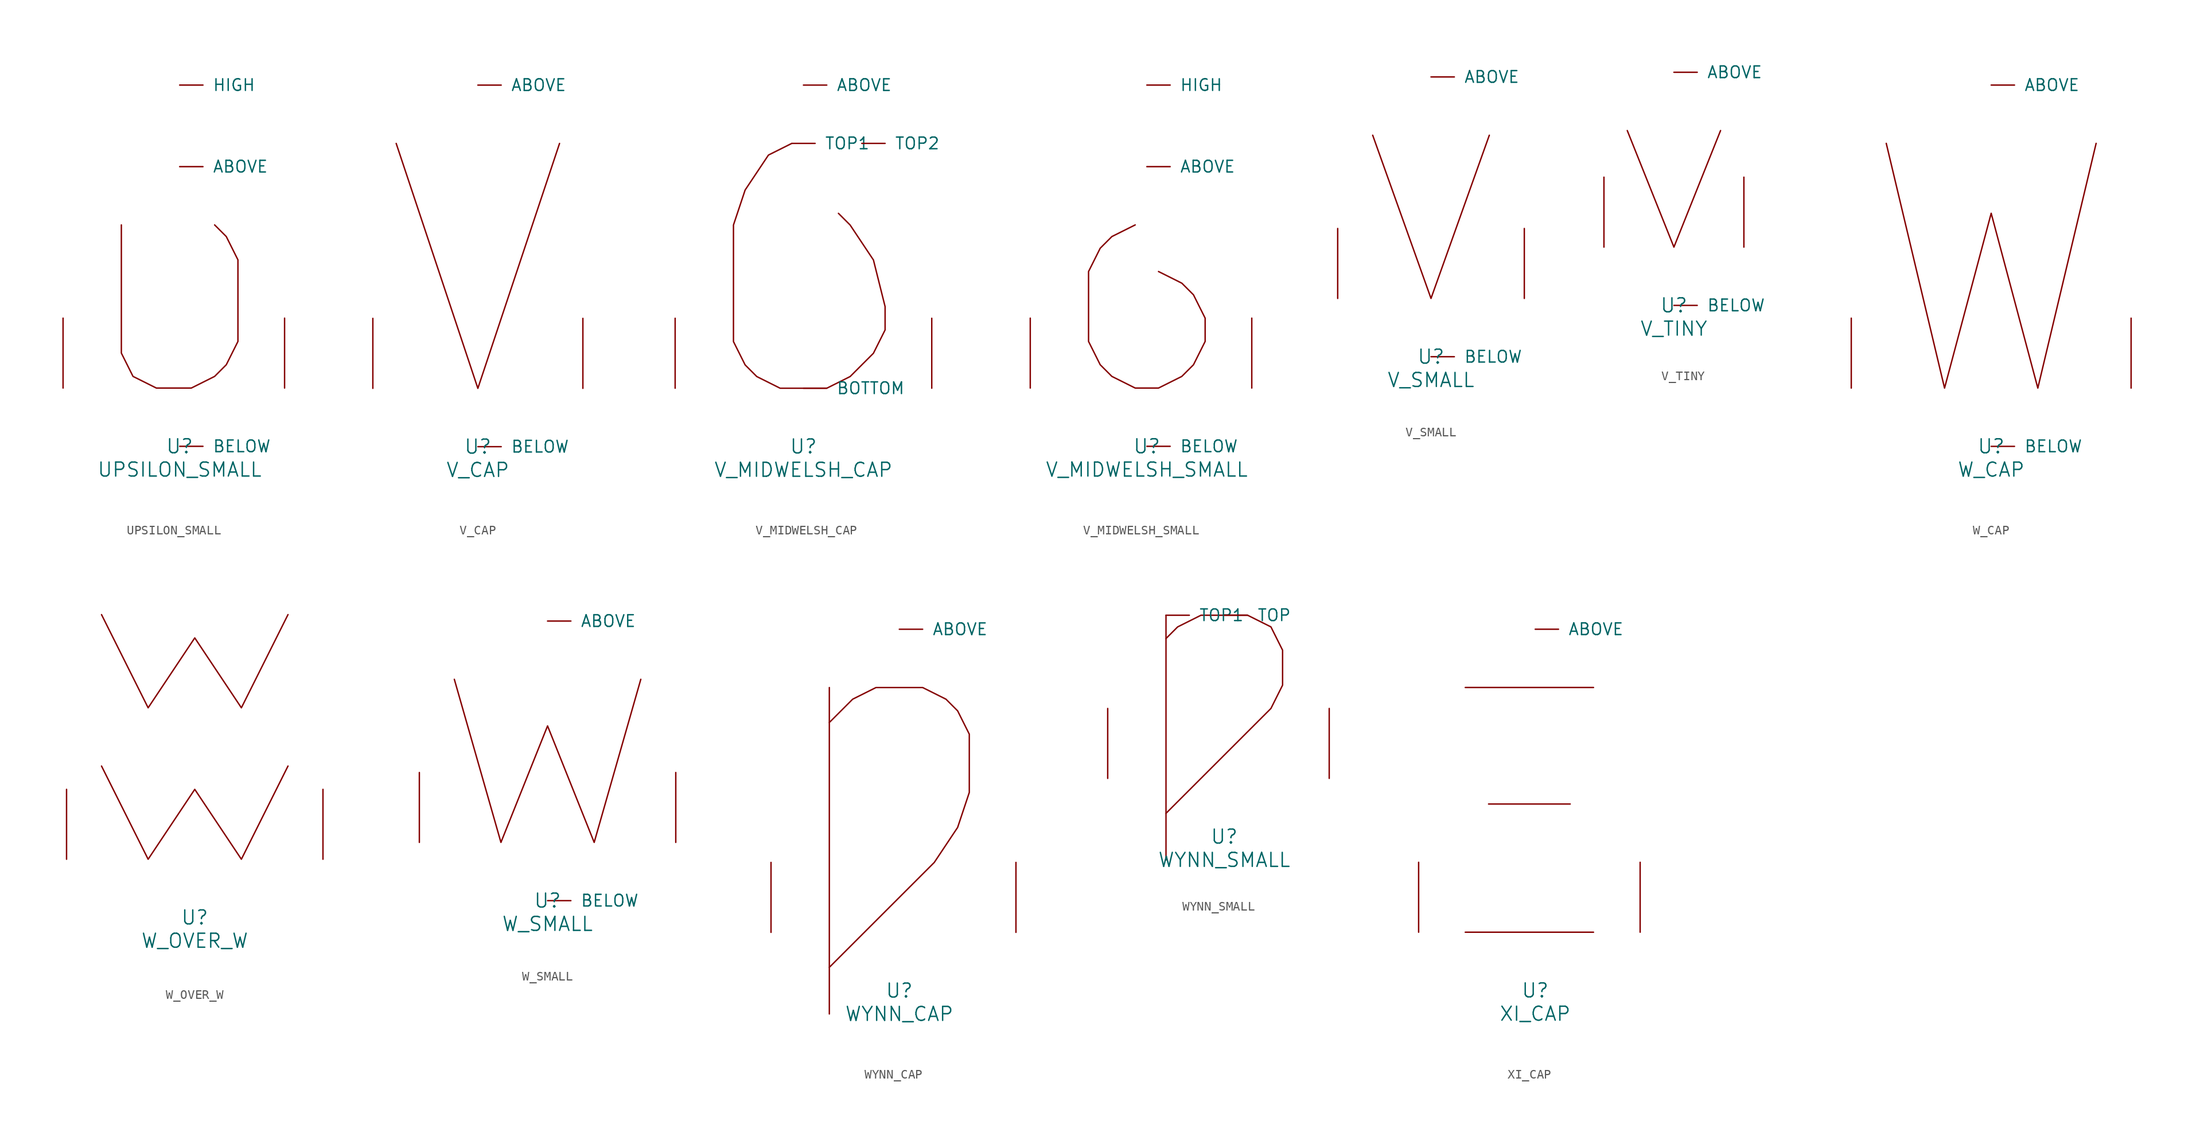
<source format=kicad_sym>
(kicad_symbol_lib
  (version 20220914)
  (generator font_lib2sym)
  (symbol "UPSILON_SMALL"
    (pin_names
      (offset 1.016))
    (property "Reference" "U"
      (at 0 -6.35 0)
      (effects (font (size 1.524 1.524))))
    (property "Value" "UPSILON_SMALL"
      (at 0 -8.89 0)
      (effects (font (size 1.524 1.524))))
    (symbol "UPSILON_SMALL_0_1"
      (polyline (pts (xy -6.35 17.78) (xy -6.35 3.81) (xy -5.08 1.27) (xy -2.54 0) (xy 1.27 0) (xy 3.81 1.27) (xy 5.08 2.54) (xy 6.35 5.08) (xy 6.35 13.97) (xy 5.08 16.51) (xy 3.81 17.78)) (stroke (width 0) (type solid)) (fill (type none)))
      (pin input line (at 0 24.13 0) (length 2.54) (name "ABOVE" (effects (font (size 1.27 1.27)))) (number "~" (effects (font (size 1.27 1.27)))))
      (pin input line (at 0 -6.35 0) (length 2.54) (name "BELOW" (effects (font (size 1.27 1.27)))) (number "~" (effects (font (size 1.27 1.27)))))
      (pin input line (at 0 33.02 0) (length 2.54) (name "HIGH" (effects (font (size 1.27 1.27)))) (number "~" (effects (font (size 1.27 1.27)))))
      (pin input line (at -12.7 0 90) (length 7.62) (name "~" (effects (font (size 1.27 1.27)))) (number "~" (effects (font (size 1.27 1.27)))))
      (pin input line (at 11.43 0 90) (length 7.62) (name "~" (effects (font (size 1.27 1.27)))) (number "~" (effects (font (size 1.27 1.27)))))))
  (symbol "V_CAP"
    (pin_names
      (offset 1.016))
    (property "Reference" "U"
      (at 0 -6.35 0)
      (effects (font (size 1.524 1.524))))
    (property "Value" "V_CAP"
      (at 0 -8.89 0)
      (effects (font (size 1.524 1.524))))
    (symbol "V_CAP_0_1"
      (polyline (pts (xy -8.89 26.67) (xy 0 0) (xy 8.89 26.67)) (stroke (width 0) (type solid)) (fill (type none)))
      (pin input line (at 0 33.02 0) (length 2.54) (name "ABOVE" (effects (font (size 1.27 1.27)))) (number "~" (effects (font (size 1.27 1.27)))))
      (pin input line (at 0 -6.35 0) (length 2.54) (name "BELOW" (effects (font (size 1.27 1.27)))) (number "~" (effects (font (size 1.27 1.27)))))
      (pin input line (at -11.43 0 90) (length 7.62) (name "~" (effects (font (size 1.27 1.27)))) (number "~" (effects (font (size 1.27 1.27)))))
      (pin input line (at 11.43 0 90) (length 7.62) (name "~" (effects (font (size 1.27 1.27)))) (number "~" (effects (font (size 1.27 1.27)))))))
  (symbol "V_MIDWELSH_CAP"
    (pin_names
      (offset 1.016))
    (property "Reference" "U"
      (at 0 -6.35 0)
      (effects (font (size 1.524 1.524))))
    (property "Value" "V_MIDWELSH_CAP"
      (at 0 -8.89 0)
      (effects (font (size 1.524 1.524))))
    (symbol "V_MIDWELSH_CAP_0_1"
      (polyline (pts (xy -1.27 26.67) (xy -3.81 25.4) (xy -6.35 21.59) (xy -7.62 17.78) (xy -7.62 5.08) (xy -6.35 2.54) (xy -5.08 1.27) (xy -2.54 0) (xy 2.54 0) (xy 5.08 1.27) (xy 7.62 3.81) (xy 8.89 6.35) (xy 8.89 8.89) (xy 7.62 13.97) (xy 5.08 17.78) (xy 3.81 19.05)) (stroke (width 0) (type solid)) (fill (type none)))
      (pin input line (at 0 33.02 0) (length 2.54) (name "ABOVE" (effects (font (size 1.27 1.27)))) (number "~" (effects (font (size 1.27 1.27)))))
      (pin input line (at 0 0 0) (length 2.54) (name "BOTTOM" (effects (font (size 1.27 1.27)))) (number "~" (effects (font (size 1.27 1.27)))))
      (pin input line (at -1.27 26.67 0) (length 2.54) (name "TOP1" (effects (font (size 1.27 1.27)))) (number "~" (effects (font (size 1.27 1.27)))))
      (pin input line (at 6.35 26.67 0) (length 2.54) (name "TOP2" (effects (font (size 1.27 1.27)))) (number "~" (effects (font (size 1.27 1.27)))))
      (pin input line (at -13.97 0 90) (length 7.62) (name "~" (effects (font (size 1.27 1.27)))) (number "~" (effects (font (size 1.27 1.27)))))
      (pin input line (at 13.97 0 90) (length 7.62) (name "~" (effects (font (size 1.27 1.27)))) (number "~" (effects (font (size 1.27 1.27)))))))
  (symbol "V_MIDWELSH_SMALL"
    (pin_names
      (offset 1.016))
    (property "Reference" "U"
      (at 0 -6.35 0)
      (effects (font (size 1.524 1.524))))
    (property "Value" "V_MIDWELSH_SMALL"
      (at 0 -8.89 0)
      (effects (font (size 1.524 1.524))))
    (symbol "V_MIDWELSH_SMALL_0_1"
      (polyline (pts (xy -1.27 17.78) (xy -3.81 16.51) (xy -5.08 15.24) (xy -6.35 12.7) (xy -6.35 5.08) (xy -5.08 2.54) (xy -3.81 1.27) (xy -1.27 0) (xy 1.27 0) (xy 3.81 1.27) (xy 5.08 2.54) (xy 6.35 5.08) (xy 6.35 7.62) (xy 5.08 10.16) (xy 3.81 11.43) (xy 1.27 12.7)) (stroke (width 0) (type solid)) (fill (type none)))
      (pin input line (at 0 24.13 0) (length 2.54) (name "ABOVE" (effects (font (size 1.27 1.27)))) (number "~" (effects (font (size 1.27 1.27)))))
      (pin input line (at 0 -6.35 0) (length 2.54) (name "BELOW" (effects (font (size 1.27 1.27)))) (number "~" (effects (font (size 1.27 1.27)))))
      (pin input line (at 0 33.02 0) (length 2.54) (name "HIGH" (effects (font (size 1.27 1.27)))) (number "~" (effects (font (size 1.27 1.27)))))
      (pin input line (at -12.7 0 90) (length 7.62) (name "~" (effects (font (size 1.27 1.27)))) (number "~" (effects (font (size 1.27 1.27)))))
      (pin input line (at 11.43 0 90) (length 7.62) (name "~" (effects (font (size 1.27 1.27)))) (number "~" (effects (font (size 1.27 1.27)))))))
  (symbol "V_SMALL"
    (pin_names
      (offset 1.016))
    (property "Reference" "U"
      (at 0 -6.35 0)
      (effects (font (size 1.524 1.524))))
    (property "Value" "V_SMALL"
      (at 0 -8.89 0)
      (effects (font (size 1.524 1.524))))
    (symbol "V_SMALL_0_1"
      (polyline (pts (xy -6.35 17.78) (xy 0 0) (xy 6.35 17.78)) (stroke (width 0) (type solid)) (fill (type none)))
      (pin input line (at 0 24.13 0) (length 2.54) (name "ABOVE" (effects (font (size 1.27 1.27)))) (number "~" (effects (font (size 1.27 1.27)))))
      (pin input line (at 0 -6.35 0) (length 2.54) (name "BELOW" (effects (font (size 1.27 1.27)))) (number "~" (effects (font (size 1.27 1.27)))))
      (pin input line (at -10.16 0 90) (length 7.62) (name "~" (effects (font (size 1.27 1.27)))) (number "~" (effects (font (size 1.27 1.27)))))
      (pin input line (at 10.16 0 90) (length 7.62) (name "~" (effects (font (size 1.27 1.27)))) (number "~" (effects (font (size 1.27 1.27)))))))
  (symbol "V_TINY"
    (pin_names
      (offset 1.016))
    (property "Reference" "U"
      (at 0 -6.35 0)
      (effects (font (size 1.524 1.524))))
    (property "Value" "V_TINY"
      (at 0 -8.89 0)
      (effects (font (size 1.524 1.524))))
    (symbol "V_TINY_0_1"
      (polyline (pts (xy -5.08 12.7) (xy 0 0) (xy 5.08 12.7)) (stroke (width 0) (type solid)) (fill (type none)))
      (pin input line (at 0 19.05 0) (length 2.54) (name "ABOVE" (effects (font (size 1.27 1.27)))) (number "~" (effects (font (size 1.27 1.27)))))
      (pin input line (at 0 -6.35 0) (length 2.54) (name "BELOW" (effects (font (size 1.27 1.27)))) (number "~" (effects (font (size 1.27 1.27)))))
      (pin input line (at -7.62 0 90) (length 7.62) (name "~" (effects (font (size 1.27 1.27)))) (number "~" (effects (font (size 1.27 1.27)))))
      (pin input line (at 7.62 0 90) (length 7.62) (name "~" (effects (font (size 1.27 1.27)))) (number "~" (effects (font (size 1.27 1.27)))))))
  (symbol "W_CAP"
    (pin_names
      (offset 1.016))
    (property "Reference" "U"
      (at 0 -6.35 0)
      (effects (font (size 1.524 1.524))))
    (property "Value" "W_CAP"
      (at 0 -8.89 0)
      (effects (font (size 1.524 1.524))))
    (symbol "W_CAP_0_1"
      (polyline (pts (xy -11.43 26.67) (xy -5.08 0) (xy 0 19.05) (xy 5.08 0) (xy 11.43 26.67)) (stroke (width 0) (type solid)) (fill (type none)))
      (pin input line (at 0 33.02 0) (length 2.54) (name "ABOVE" (effects (font (size 1.27 1.27)))) (number "~" (effects (font (size 1.27 1.27)))))
      (pin input line (at 0 -6.35 0) (length 2.54) (name "BELOW" (effects (font (size 1.27 1.27)))) (number "~" (effects (font (size 1.27 1.27)))))
      (pin input line (at -15.24 0 90) (length 7.62) (name "~" (effects (font (size 1.27 1.27)))) (number "~" (effects (font (size 1.27 1.27)))))
      (pin input line (at 15.24 0 90) (length 7.62) (name "~" (effects (font (size 1.27 1.27)))) (number "~" (effects (font (size 1.27 1.27)))))))
  (symbol "W_OVER_W"
    (pin_names
      (offset 1.016))
    (property "Reference" "U"
      (at 0 -6.35 0)
      (effects (font (size 1.524 1.524))))
    (property "Value" "W_OVER_W"
      (at 0 -8.89 0)
      (effects (font (size 1.524 1.524))))
    (symbol "W_OVER_W_0_1"
      (polyline (pts (xy -10.16 10.16) (xy -5.08 0) (xy 0 7.62) (xy 5.08 0) (xy 10.16 10.16)) (stroke (width 0) (type solid)) (fill (type none)))
      (polyline (pts (xy -10.16 26.67) (xy -5.08 16.51) (xy 0 24.13) (xy 5.08 16.51) (xy 10.16 26.67)) (stroke (width 0) (type solid)) (fill (type none)))
      (pin input line (at -13.97 0 90) (length 7.62) (name "~" (effects (font (size 1.27 1.27)))) (number "~" (effects (font (size 1.27 1.27)))))
      (pin input line (at 13.97 0 90) (length 7.62) (name "~" (effects (font (size 1.27 1.27)))) (number "~" (effects (font (size 1.27 1.27)))))))
  (symbol "W_SMALL"
    (pin_names
      (offset 1.016))
    (property "Reference" "U"
      (at 0 -6.35 0)
      (effects (font (size 1.524 1.524))))
    (property "Value" "W_SMALL"
      (at 0 -8.89 0)
      (effects (font (size 1.524 1.524))))
    (symbol "W_SMALL_0_1"
      (polyline (pts (xy -10.16 17.78) (xy -5.08 0) (xy 0 12.7) (xy 5.08 0) (xy 10.16 17.78)) (stroke (width 0) (type solid)) (fill (type none)))
      (pin input line (at 0 24.13 0) (length 2.54) (name "ABOVE" (effects (font (size 1.27 1.27)))) (number "~" (effects (font (size 1.27 1.27)))))
      (pin input line (at 0 -6.35 0) (length 2.54) (name "BELOW" (effects (font (size 1.27 1.27)))) (number "~" (effects (font (size 1.27 1.27)))))
      (pin input line (at -13.97 0 90) (length 7.62) (name "~" (effects (font (size 1.27 1.27)))) (number "~" (effects (font (size 1.27 1.27)))))
      (pin input line (at 13.97 0 90) (length 7.62) (name "~" (effects (font (size 1.27 1.27)))) (number "~" (effects (font (size 1.27 1.27)))))))
  (symbol "WYNN_CAP"
    (pin_names
      (offset 1.016))
    (property "Reference" "U"
      (at 0 -6.35 0)
      (effects (font (size 1.524 1.524))))
    (property "Value" "WYNN_CAP"
      (at 0 -8.89 0)
      (effects (font (size 1.524 1.524))))
    (symbol "WYNN_CAP_0_1"
      (polyline (pts (xy -7.62 26.67) (xy -7.62 -8.89)) (stroke (width 0) (type solid)) (fill (type none)))
      (polyline (pts (xy -7.62 22.86) (xy -5.08 25.4) (xy -2.54 26.67) (xy 2.54 26.67) (xy 5.08 25.4) (xy 6.35 24.13) (xy 7.62 21.59) (xy 7.62 15.24) (xy 6.35 11.43) (xy 3.81 7.62) (xy -7.62 -3.81)) (stroke (width 0) (type solid)) (fill (type none)))
      (pin input line (at 0 33.02 0) (length 2.54) (name "ABOVE" (effects (font (size 1.27 1.27)))) (number "~" (effects (font (size 1.27 1.27)))))
      (pin input line (at -13.97 0 90) (length 7.62) (name "~" (effects (font (size 1.27 1.27)))) (number "~" (effects (font (size 1.27 1.27)))))
      (pin input line (at 12.7 0 90) (length 7.62) (name "~" (effects (font (size 1.27 1.27)))) (number "~" (effects (font (size 1.27 1.27)))))))
  (symbol "WYNN_SMALL"
    (pin_names
      (offset 1.016))
    (property "Reference" "U"
      (at 0 -6.35 0)
      (effects (font (size 1.524 1.524))))
    (property "Value" "WYNN_SMALL"
      (at 0 -8.89 0)
      (effects (font (size 1.524 1.524))))
    (symbol "WYNN_SMALL_0_1"
      (polyline (pts (xy -6.35 17.78) (xy -6.35 -8.89)) (stroke (width 0) (type solid)) (fill (type none)))
      (polyline (pts (xy -6.35 15.24) (xy -5.08 16.51) (xy -2.54 17.78) (xy 2.54 17.78) (xy 5.08 16.51) (xy 6.35 13.97) (xy 6.35 10.16) (xy 5.08 7.62) (xy -6.35 -3.81)) (stroke (width 0) (type solid)) (fill (type none)))
      (pin input line (at 0 17.78 0) (length 2.54) (name "TOP" (effects (font (size 1.27 1.27)))) (number "~" (effects (font (size 1.27 1.27)))))
      (pin input line (at -6.35 17.78 0) (length 2.54) (name "TOP1" (effects (font (size 1.27 1.27)))) (number "~" (effects (font (size 1.27 1.27)))))
      (pin input line (at -12.7 0 90) (length 7.62) (name "~" (effects (font (size 1.27 1.27)))) (number "~" (effects (font (size 1.27 1.27)))))
      (pin input line (at 11.43 0 90) (length 7.62) (name "~" (effects (font (size 1.27 1.27)))) (number "~" (effects (font (size 1.27 1.27)))))))
  (symbol "XI_CAP"
    (pin_names
      (offset 1.016))
    (property "Reference" "U"
      (at 0 -6.35 0)
      (effects (font (size 1.524 1.524))))
    (property "Value" "XI_CAP"
      (at 0 -8.89 0)
      (effects (font (size 1.524 1.524))))
    (symbol "XI_CAP_0_1"
      (polyline (pts (xy -7.62 0) (xy 6.35 0)) (stroke (width 0) (type solid)) (fill (type none)))
      (polyline (pts (xy -7.62 26.67) (xy 6.35 26.67)) (stroke (width 0) (type solid)) (fill (type none)))
      (polyline (pts (xy 3.81 13.97) (xy -5.08 13.97)) (stroke (width 0) (type solid)) (fill (type none)))
      (pin input line (at 0 33.02 0) (length 2.54) (name "ABOVE" (effects (font (size 1.27 1.27)))) (number "~" (effects (font (size 1.27 1.27)))))
      (pin input line (at -12.7 0 90) (length 7.62) (name "~" (effects (font (size 1.27 1.27)))) (number "~" (effects (font (size 1.27 1.27)))))
      (pin input line (at 11.43 0 90) (length 7.62) (name "~" (effects (font (size 1.27 1.27)))) (number "~" (effects (font (size 1.27 1.27))))))))
</source>
